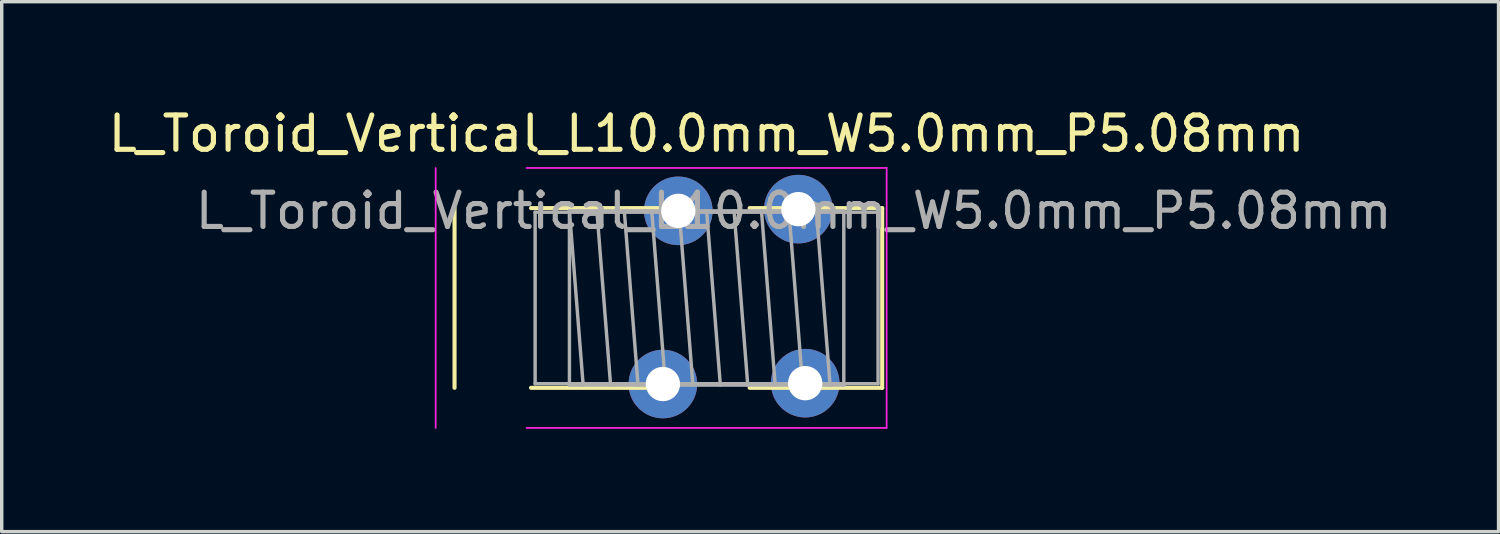
<source format=kicad_pcb>
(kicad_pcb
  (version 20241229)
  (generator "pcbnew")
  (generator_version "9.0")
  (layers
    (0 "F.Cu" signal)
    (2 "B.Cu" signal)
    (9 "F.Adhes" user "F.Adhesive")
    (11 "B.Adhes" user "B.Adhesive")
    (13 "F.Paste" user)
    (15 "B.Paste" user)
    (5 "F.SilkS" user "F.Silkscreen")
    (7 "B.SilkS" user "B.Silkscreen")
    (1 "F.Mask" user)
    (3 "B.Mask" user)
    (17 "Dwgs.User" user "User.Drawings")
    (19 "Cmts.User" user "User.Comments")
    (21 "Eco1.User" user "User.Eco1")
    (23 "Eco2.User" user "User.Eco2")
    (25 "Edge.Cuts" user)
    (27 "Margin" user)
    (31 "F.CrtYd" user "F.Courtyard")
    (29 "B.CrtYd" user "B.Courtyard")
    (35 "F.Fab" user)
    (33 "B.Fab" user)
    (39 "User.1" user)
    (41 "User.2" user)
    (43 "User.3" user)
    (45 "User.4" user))
  (footprint "L_Toroid_Vertical_L10.0mm_W5.0mm_P5.08mm"
    (layer "F.Cu")
    (at 17.554 3.098)
    (property "Reference" "L_Toroid_Vertical_L10.0mm_W5.0mm_P5.08mm" (at 0 -2.25 0) (layer "F.SilkS") (effects (font (size 1 1) (thickness 0.15))))
    (attr through_hole)
    (fp_line (start -7.35 -0.08) (end -7.35 5.16) (stroke (width 0.12) (type solid)) (layer "F.SilkS"))
    (fp_line (start -5.12 -0.08) (end -1.255 -0.08) (stroke (width 0.12) (type solid)) (layer "F.SilkS"))
    (fp_line (start -5.12 5.16) (end -1.255 5.16) (stroke (width 0.12) (type solid)) (layer "F.SilkS"))
    (fp_line (start 1.255 -0.08) (end 5.12 -0.08) (stroke (width 0.12) (type solid)) (layer "F.SilkS"))
    (fp_line (start 1.255 5.16) (end 5.12 5.16) (stroke (width 0.12) (type solid)) (layer "F.SilkS"))
    (fp_line (start 5.12 -0.08) (end 5.12 5.16) (stroke (width 0.12) (type solid)) (layer "F.SilkS"))
    (fp_line (start -7.9 -1.25) (end -7.9 6.33) (stroke (width 0.05) (type solid)) (layer "F.CrtYd"))
    (fp_line (start -5.25 6.33) (end 5.25 6.33) (stroke (width 0.05) (type solid)) (layer "F.CrtYd"))
    (fp_line (start 5.25 -1.25) (end -5.25 -1.25) (stroke (width 0.05) (type solid)) (layer "F.CrtYd"))
    (fp_line (start 5.25 6.33) (end 5.25 -1.25) (stroke (width 0.05) (type solid)) (layer "F.CrtYd"))
    (fp_line (start -5 0.04) (end -5 5.04) (stroke (width 0.1) (type solid)) (layer "F.Fab"))
    (fp_line (start -5 5.04) (end 5 5.04) (stroke (width 0.1) (type solid)) (layer "F.Fab"))
    (fp_line (start -4 0) (end -4 5.08) (stroke (width 0.1) (type solid)) (layer "F.Fab"))
    (fp_line (start -4 0) (end -3.6 5.08) (stroke (width 0.1) (type solid)) (layer "F.Fab"))
    (fp_line (start -4 5.08) (end 4 5.08) (stroke (width 0.1) (type solid)) (layer "F.Fab"))
    (fp_line (start -3.2 0) (end -2.8 5.08) (stroke (width 0.1) (type solid)) (layer "F.Fab"))
    (fp_line (start -2.4 0) (end -2 5.08) (stroke (width 0.1) (type solid)) (layer "F.Fab"))
    (fp_line (start -1.6 0) (end -1.2 5.08) (stroke (width 0.1) (type solid)) (layer "F.Fab"))
    (fp_line (start -0.8 0) (end -0.4 5.08) (stroke (width 0.1) (type solid)) (layer "F.Fab"))
    (fp_line (start 0 0) (end 0.4 5.08) (stroke (width 0.1) (type solid)) (layer "F.Fab"))
    (fp_line (start 0.8 0) (end 1.2 5.08) (stroke (width 0.1) (type solid)) (layer "F.Fab"))
    (fp_line (start 1.6 0) (end 2 5.08) (stroke (width 0.1) (type solid)) (layer "F.Fab"))
    (fp_line (start 2.4 0) (end 2.8 5.08) (stroke (width 0.1) (type solid)) (layer "F.Fab"))
    (fp_line (start 3.2 0) (end 3.6 5.08) (stroke (width 0.1) (type solid)) (layer "F.Fab"))
    (fp_line (start 4 0) (end -4 0) (stroke (width 0.1) (type solid)) (layer "F.Fab"))
    (fp_line (start 4 5.08) (end 4 0) (stroke (width 0.1) (type solid)) (layer "F.Fab"))
    (fp_line (start 5 0.04) (end -5 0.04) (stroke (width 0.1) (type solid)) (layer "F.Fab"))
    (fp_line (start 5 5.04) (end 5 0.04) (stroke (width 0.1) (type solid)) (layer "F.Fab"))
    (fp_text user "${REFERENCE}" (at 2.54 0 0) (layer "F.Fab") (effects (font (size 1 1) (thickness 0.15))))
    (pad "1" thru_hole circle (at -0.825 0) (size 2 2) (drill 1) (layers "*.Cu" "*.Mask"))
    (pad "1" thru_hole circle (at 2.675 -0.05) (size 2 2) (drill 1) (layers "*.Cu" "*.Mask"))
    (pad "1" thru_hole circle (at 2.875 5.025) (size 2 2) (drill 1) (layers "*.Cu" "*.Mask"))
    (pad "2" thru_hole circle (at -1.275 5.05) (size 2 2) (drill 1) (layers "*.Cu" "*.Mask")))
  (gr_rect
    (start -3 -3)
    (end 40.647 12.453)
    (stroke (width 0.1) (type default))
    (fill no)
    (layer "Edge.Cuts")))
</source>
